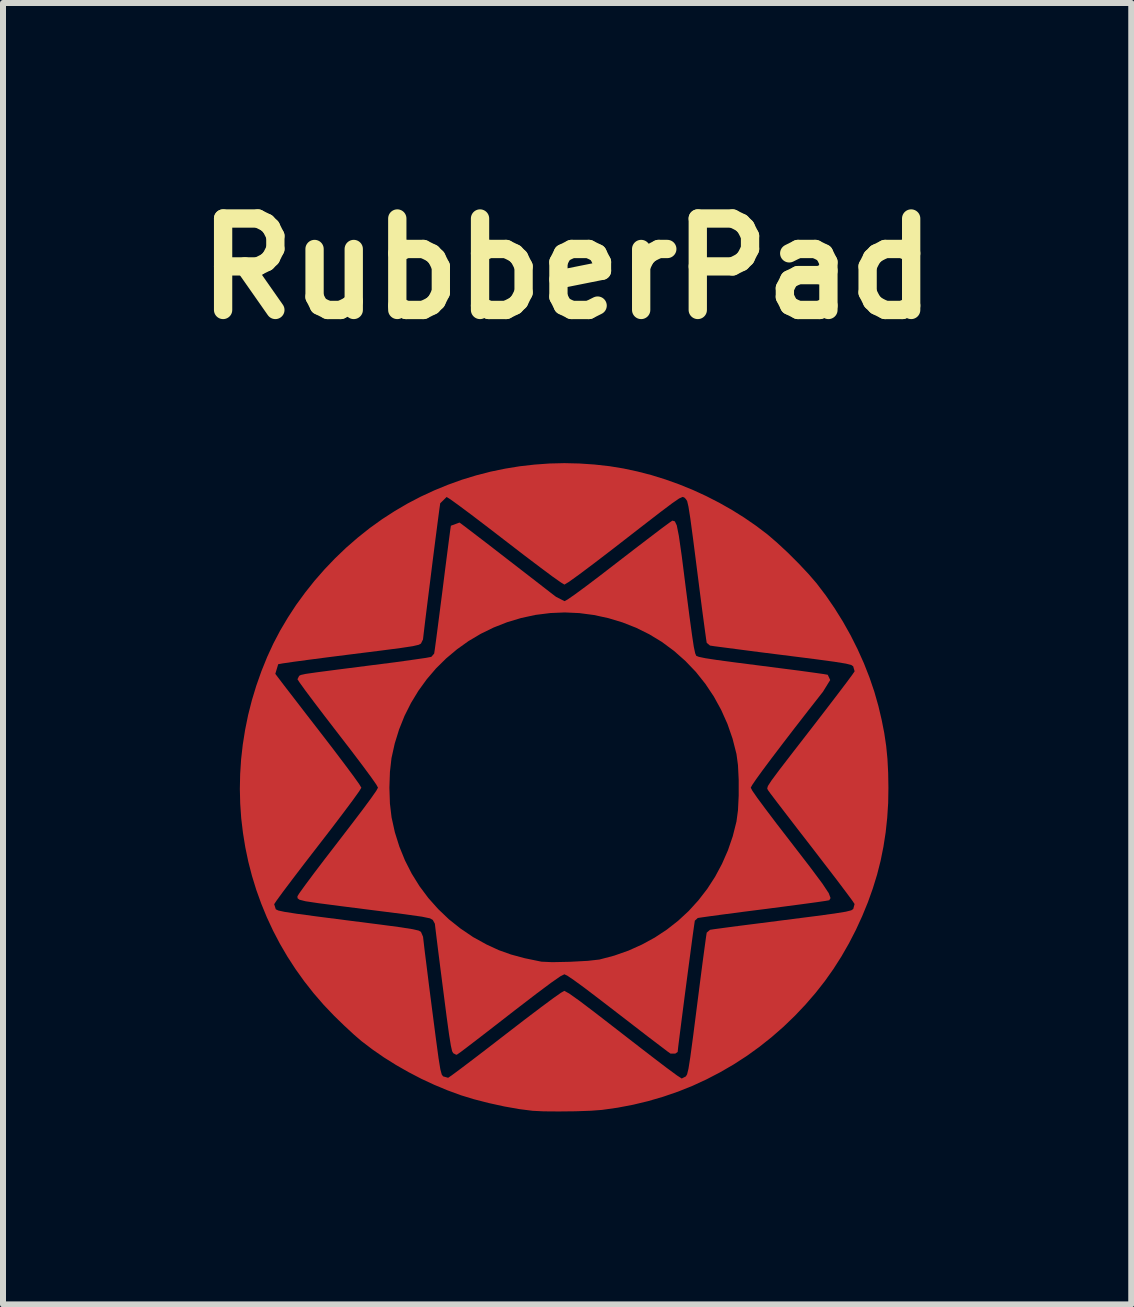
<source format=kicad_pcb>
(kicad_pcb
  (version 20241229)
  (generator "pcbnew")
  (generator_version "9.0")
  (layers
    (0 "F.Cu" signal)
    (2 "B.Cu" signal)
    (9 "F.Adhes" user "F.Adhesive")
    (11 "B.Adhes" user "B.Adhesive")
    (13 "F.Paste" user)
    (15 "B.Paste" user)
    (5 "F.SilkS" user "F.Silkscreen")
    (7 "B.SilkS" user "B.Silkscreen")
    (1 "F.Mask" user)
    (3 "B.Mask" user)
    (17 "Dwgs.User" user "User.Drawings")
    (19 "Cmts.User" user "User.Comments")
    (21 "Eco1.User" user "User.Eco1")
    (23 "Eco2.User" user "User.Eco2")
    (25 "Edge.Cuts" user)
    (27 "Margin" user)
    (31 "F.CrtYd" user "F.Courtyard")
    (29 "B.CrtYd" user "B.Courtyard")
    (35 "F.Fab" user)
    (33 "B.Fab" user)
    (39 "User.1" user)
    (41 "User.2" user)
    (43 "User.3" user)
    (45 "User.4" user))
  (footprint "RubberPad"
    (layer "F.Cu")
    (at 6.401 10.084)
    (property "Reference" "RubberPad" (at 0 -8.658 0) (layer "F.SilkS") (effects (font (size 1.524 1.524) (thickness 0.305))))
    (attr smd)
    (fp_poly (pts (xy -1.898 4.417) (xy -2.149 2.015) (xy -1.97 2.186) (xy -1.775 2.341) (xy -1.567 2.482) (xy -1.344 2.605) (xy -1.141 2.699) (xy -0.937 2.772) (xy -0.708 2.834) (xy -0.428 2.892) (xy -0.247 2.9) (xy 0.046 2.894) (xy 0.344 2.878) (xy 0.539 2.856) (xy 0.785 2.791) (xy 1.021 2.708) (xy 1.246 2.607) (xy 1.459 2.491) (xy 1.661 2.358) (xy 1.85 2.21) (xy 2.026 2.047) (xy 2.187 1.87) (xy 2.334 1.68) (xy 2.465 1.478) (xy 2.58 1.263) (xy 2.679 1.038) (xy 2.76 0.802) (xy 2.822 0.556) (xy 2.847 0.37) (xy 2.859 0.125) (xy 2.859 -0.139) (xy 2.847 -0.384) (xy 2.822 -0.569) (xy 2.757 -0.824) (xy 2.672 -1.069) (xy 2.567 -1.304) (xy 2.444 -1.528) (xy 2.303 -1.739) (xy 2.146 -1.936) (xy 1.971 -2.119) (xy 1.781 -2.287) (xy 1.575 -2.439) (xy 1.369 -2.564) (xy 1.151 -2.672) (xy 0.922 -2.762) (xy 0.687 -2.833) (xy 0.447 -2.885) (xy 0.204 -2.917) (xy -0.039 -2.928) (xy -0.279 -2.918) (xy -0.527 -2.887) (xy -0.767 -2.835) (xy -1 -2.765) (xy -1.224 -2.677) (xy -1.439 -2.572) (xy -1.643 -2.451) (xy -1.836 -2.313) (xy -2.017 -2.161) (xy -2.185 -1.995) (xy -2.339 -1.815) (xy -2.478 -1.623) (xy -2.602 -1.419) (xy -2.71 -1.204) (xy -2.8 -0.979) (xy -2.873 -0.744) (xy -2.927 -0.5) (xy -2.953 -0.271) (xy -2.962 -0.007) (xy -2.953 0.258) (xy -2.926 0.486) (xy -2.871 0.735) (xy -2.796 0.974) (xy -2.702 1.205) (xy -2.59 1.425) (xy -2.46 1.634) (xy -2.313 1.831) (xy -2.149 2.015) (xy -1.898 4.417) (xy -1.917 4.383) (xy -1.938 4.288) (xy -1.968 4.102) (xy -2.01 3.795) (xy -2.069 3.337) (xy -2.112 3.003) (xy -2.149 2.711) (xy -2.178 2.477) (xy -2.197 2.321) (xy -2.204 2.26) (xy -2.239 2.196) (xy -2.285 2.17) (xy -2.42 2.142) (xy -2.71 2.101) (xy -3.221 2.036) (xy -3.78 1.965) (xy -4.146 1.917) (xy -4.36 1.885) (xy -4.462 1.859) (xy -4.493 1.834) (xy -4.494 1.801) (xy -4.46 1.747) (xy -4.364 1.614) (xy -4.219 1.419) (xy -4.035 1.177) (xy -3.823 0.902) (xy -3.592 0.601) (xy -3.405 0.355) (xy -3.267 0.168) (xy -3.181 0.045) (xy -3.152 -0.008) (xy -3.181 -0.061) (xy -3.267 -0.184) (xy -3.405 -0.371) (xy -3.591 -0.617) (xy -3.823 -0.918) (xy -4.034 -1.192) (xy -4.218 -1.434) (xy -4.364 -1.629) (xy -4.459 -1.761) (xy -4.494 -1.815) (xy -4.466 -1.871) (xy -4.438 -1.886) (xy -4.356 -1.904) (xy -4.167 -1.931) (xy -3.815 -1.977) (xy -3.244 -2.05) (xy -2.874 -2.097) (xy -2.566 -2.14) (xy -2.352 -2.171) (xy -2.263 -2.188) (xy -2.216 -2.242) (xy -2.206 -2.306) (xy -2.185 -2.461) (xy -2.155 -2.691) (xy -2.118 -2.978) (xy -2.076 -3.303) (xy -2.035 -3.629) (xy -1.998 -3.917) (xy -1.968 -4.149) (xy -1.947 -4.307) (xy -1.937 -4.373) (xy -1.794 -4.426) (xy -1.715 -4.368) (xy -1.542 -4.236) (xy -1.298 -4.049) (xy -1.01 -3.826) (xy -0.719 -3.601) (xy -0.467 -3.406) (xy -0.28 -3.261) (xy -0.185 -3.188) (xy -0.044 -3.116) (xy 0.008 -3.144) (xy 0.128 -3.227) (xy 0.313 -3.363) (xy 0.56 -3.55) (xy 0.867 -3.787) (xy 1.141 -3.998) (xy 1.382 -4.182) (xy 1.574 -4.328) (xy 1.703 -4.423) (xy 1.754 -4.458) (xy 1.795 -4.446) (xy 1.827 -4.379) (xy 1.862 -4.203) (xy 1.91 -3.869) (xy 1.979 -3.324) (xy 2.038 -2.868) (xy 2.081 -2.553) (xy 2.111 -2.354) (xy 2.134 -2.247) (xy 2.152 -2.205) (xy 2.195 -2.188) (xy 2.304 -2.165) (xy 2.501 -2.135) (xy 2.806 -2.094) (xy 3.243 -2.038) (xy 3.578 -1.995) (xy 3.874 -1.957) (xy 4.113 -1.924) (xy 4.275 -1.901) (xy 4.343 -1.889) (xy 4.384 -1.802) (xy 4.263 -1.606) (xy 4.014 -1.288) (xy 3.785 -0.993) (xy 3.581 -0.727) (xy 3.404 -0.494) (xy 3.26 -0.301) (xy 3.152 -0.152) (xy 3.084 -0.052) (xy 3.06 -0.008) (xy 3.087 0.044) (xy 3.168 0.161) (xy 3.302 0.342) (xy 3.487 0.587) (xy 3.724 0.894) (xy 4.05 1.317) (xy 4.254 1.591) (xy 4.36 1.751) (xy 4.39 1.832) (xy 4.368 1.868) (xy 4.307 1.879) (xy 4.149 1.902) (xy 3.913 1.934) (xy 3.618 1.973) (xy 3.28 2.017) (xy 2.942 2.06) (xy 2.644 2.099) (xy 2.405 2.131) (xy 2.243 2.154) (xy 2.177 2.164) (xy 2.128 2.209) (xy 2.116 2.289) (xy 2.088 2.49) (xy 2.05 2.777) (xy 2.005 3.116) (xy 1.958 3.473) (xy 1.914 3.814) (xy 1.877 4.104) (xy 1.851 4.31) (xy 1.842 4.396) (xy 1.802 4.424) (xy 1.723 4.424) (xy 1.667 4.384) (xy 1.537 4.285) (xy 1.346 4.14) (xy 1.11 3.958) (xy 0.843 3.752) (xy 0.527 3.509) (xy 0.285 3.325) (xy 0.112 3.199) (xy 0.003 3.125) (xy -0.046 3.102) (xy -0.113 3.136) (xy -0.267 3.243) (xy -0.516 3.429) (xy -0.869 3.7) (xy -1.334 4.061) (xy -1.619 4.28) (xy -1.769 4.394) (xy -1.83 4.437) (xy -1.847 4.444) (xy -1.898 4.417)) (stroke (width 0) (type solid)) (fill yes) (layer "F.Cu"))
    (fp_poly (pts (xy -0.576 5.377) (xy -1.017 4.096) (xy -0.699 3.851) (xy -0.436 3.652) (xy -0.235 3.503) (xy -0.103 3.41) (xy -0.047 3.378) (xy 0.035 3.423) (xy 0.211 3.548) (xy 0.46 3.737) (xy 0.631 3.869) (xy 0.826 4.02) (xy 1.031 4.179) (xy 1.229 4.332) (xy 1.404 4.467) (xy 1.649 4.654) (xy 1.831 4.788) (xy 1.91 4.839) (xy 1.978 4.804) (xy 1.999 4.77) (xy 2.022 4.676) (xy 2.053 4.48) (xy 2.099 4.138) (xy 2.167 3.607) (xy 2.214 3.239) (xy 2.256 2.915) (xy 2.291 2.655) (xy 2.315 2.479) (xy 2.326 2.408) (xy 2.381 2.361) (xy 2.453 2.35) (xy 2.63 2.326) (xy 2.889 2.292) (xy 3.212 2.251) (xy 3.578 2.204) (xy 4.111 2.136) (xy 4.451 2.09) (xy 4.644 2.059) (xy 4.735 2.036) (xy 4.768 2.014) (xy 4.79 1.931) (xy 4.75 1.871) (xy 4.646 1.731) (xy 4.491 1.525) (xy 4.295 1.27) (xy 4.073 0.981) (xy 3.849 0.692) (xy 3.653 0.437) (xy 3.495 0.231) (xy 3.388 0.09) (xy 3.345 0.03) (xy 3.334 0.005) (xy 3.346 -0.036) (xy 3.405 -0.127) (xy 3.534 -0.301) (xy 3.758 -0.592) (xy 4.099 -1.032) (xy 4.314 -1.311) (xy 4.502 -1.557) (xy 4.652 -1.755) (xy 4.752 -1.89) (xy 4.791 -1.947) (xy 4.767 -2.03) (xy 4.734 -2.053) (xy 4.646 -2.075) (xy 4.455 -2.106) (xy 4.115 -2.152) (xy 3.577 -2.22) (xy 3.211 -2.266) (xy 2.889 -2.308) (xy 2.629 -2.342) (xy 2.453 -2.365) (xy 2.381 -2.376) (xy 2.326 -2.422) (xy 2.315 -2.493) (xy 2.291 -2.668) (xy 2.256 -2.928) (xy 2.214 -3.252) (xy 2.167 -3.621) (xy 2.099 -4.152) (xy 2.053 -4.494) (xy 2.022 -4.69) (xy 2 -4.784) (xy 1.978 -4.818) (xy 1.953 -4.843) (xy 1.925 -4.853) (xy 1.866 -4.827) (xy 1.75 -4.747) (xy 1.548 -4.595) (xy 1.232 -4.351) (xy 0.776 -3.997) (xy 0.463 -3.757) (xy 0.207 -3.565) (xy 0.031 -3.438) (xy -0.045 -3.392) (xy -0.103 -3.427) (xy -0.242 -3.525) (xy -0.45 -3.68) (xy -0.716 -3.881) (xy -1.029 -4.122) (xy -1.328 -4.352) (xy -1.592 -4.553) (xy -1.804 -4.711) (xy -1.948 -4.815) (xy -2.008 -4.852) (xy -2.115 -4.747) (xy -2.128 -4.657) (xy -2.156 -4.444) (xy -2.195 -4.144) (xy -2.24 -3.792) (xy -2.286 -3.423) (xy -2.33 -3.072) (xy -2.367 -2.775) (xy -2.392 -2.565) (xy -2.402 -2.478) (xy -2.436 -2.409) (xy -2.473 -2.389) (xy -2.571 -2.366) (xy -2.769 -2.336) (xy -3.105 -2.292) (xy -3.616 -2.228) (xy -3.979 -2.182) (xy -4.301 -2.14) (xy -4.561 -2.105) (xy -4.739 -2.079) (xy -4.815 -2.065) (xy -4.863 -1.905) (xy -4.818 -1.845) (xy -4.71 -1.703) (xy -4.551 -1.497) (xy -4.354 -1.241) (xy -4.131 -0.953) (xy -3.907 -0.662) (xy -3.714 -0.407) (xy -3.562 -0.203) (xy -3.464 -0.065) (xy -3.429 -0.007) (xy -3.466 0.053) (xy -3.568 0.196) (xy -3.725 0.406) (xy -3.922 0.666) (xy -4.149 0.96) (xy -4.377 1.255) (xy -4.576 1.516) (xy -4.735 1.727) (xy -4.841 1.872) (xy -4.882 1.934) (xy -4.855 2.019) (xy -4.814 2.039) (xy -4.708 2.062) (xy -4.501 2.094) (xy -4.158 2.14) (xy -3.644 2.206) (xy -3.117 2.273) (xy -2.773 2.319) (xy -2.572 2.351) (xy -2.473 2.374) (xy -2.436 2.395) (xy -2.401 2.477) (xy -2.393 2.548) (xy -2.373 2.719) (xy -2.341 2.972) (xy -2.302 3.286) (xy -2.256 3.643) (xy -2.188 4.167) (xy -2.143 4.499) (xy -2.113 4.685) (xy -2.09 4.771) (xy -2.067 4.803) (xy -1.983 4.827) (xy -1.923 4.786) (xy -1.781 4.681) (xy -1.571 4.522) (xy -1.311 4.323) (xy -1.017 4.096) (xy -1.017 4.096) (xy -0.576 5.377) (xy -0.795 5.349) (xy -1.045 5.305) (xy -1.305 5.248) (xy -1.554 5.184) (xy -1.77 5.118) (xy -1.993 5.036) (xy -2.214 4.944) (xy -2.431 4.843) (xy -2.644 4.732) (xy -2.851 4.614) (xy -3.052 4.488) (xy -3.244 4.355) (xy -3.428 4.215) (xy -3.552 4.108) (xy -3.715 3.957) (xy -3.883 3.794) (xy -4.059 3.609) (xy -4.225 3.417) (xy -4.38 3.22) (xy -4.526 3.016) (xy -4.661 2.808) (xy -4.786 2.594) (xy -4.9 2.376) (xy -5.004 2.153) (xy -5.097 1.926) (xy -5.18 1.696) (xy -5.252 1.462) (xy -5.313 1.226) (xy -5.363 0.987) (xy -5.402 0.746) (xy -5.431 0.503) (xy -5.448 0.259) (xy -5.454 0.013) (xy -5.449 -0.233) (xy -5.433 -0.48) (xy -5.405 -0.727) (xy -5.366 -0.973) (xy -5.316 -1.219) (xy -5.254 -1.463) (xy -5.18 -1.707) (xy -5.095 -1.948) (xy -4.998 -2.188) (xy -4.896 -2.409) (xy -4.781 -2.628) (xy -4.654 -2.842) (xy -4.517 -3.052) (xy -4.368 -3.256) (xy -4.21 -3.455) (xy -4.042 -3.647) (xy -3.866 -3.831) (xy -3.681 -4.008) (xy -3.489 -4.175) (xy -3.289 -4.334) (xy -3.083 -4.482) (xy -2.874 -4.617) (xy -2.659 -4.743) (xy -2.439 -4.858) (xy -2.214 -4.962) (xy -1.985 -5.056) (xy -1.752 -5.14) (xy -1.516 -5.212) (xy -1.276 -5.274) (xy -1.034 -5.324) (xy -0.789 -5.364) (xy -0.542 -5.392) (xy -0.294 -5.41) (xy -0.045 -5.416) (xy 0.206 -5.41) (xy 0.456 -5.393) (xy 0.707 -5.365) (xy 0.939 -5.327) (xy 1.172 -5.277) (xy 1.404 -5.217) (xy 1.636 -5.145) (xy 1.865 -5.063) (xy 2.092 -4.971) (xy 2.314 -4.869) (xy 2.533 -4.757) (xy 2.745 -4.637) (xy 2.951 -4.508) (xy 3.15 -4.371) (xy 3.341 -4.226) (xy 3.498 -4.091) (xy 3.678 -3.924) (xy 3.86 -3.742) (xy 4.027 -3.564) (xy 4.158 -3.412) (xy 4.313 -3.208) (xy 4.459 -2.995) (xy 4.596 -2.775) (xy 4.724 -2.547) (xy 4.84 -2.316) (xy 4.946 -2.08) (xy 5.039 -1.843) (xy 5.12 -1.605) (xy 5.187 -1.369) (xy 5.242 -1.136) (xy 5.285 -0.917) (xy 5.317 -0.702) (xy 5.338 -0.485) (xy 5.35 -0.256) (xy 5.354 -0.007) (xy 5.35 0.247) (xy 5.334 0.495) (xy 5.308 0.738) (xy 5.271 0.976) (xy 5.224 1.21) (xy 5.165 1.442) (xy 5.094 1.672) (xy 5.012 1.902) (xy 4.918 2.131) (xy 4.812 2.362) (xy 4.696 2.587) (xy 4.571 2.805) (xy 4.437 3.015) (xy 4.293 3.218) (xy 4.138 3.415) (xy 3.973 3.606) (xy 3.796 3.793) (xy 3.605 3.977) (xy 3.407 4.15) (xy 3.203 4.312) (xy 2.992 4.464) (xy 2.774 4.605) (xy 2.55 4.735) (xy 2.321 4.854) (xy 2.087 4.962) (xy 1.847 5.058) (xy 1.602 5.142) (xy 1.353 5.215) (xy 1.099 5.276) (xy 0.842 5.325) (xy 0.581 5.362) (xy 0.395 5.376) (xy 0.139 5.385) (xy -0.138 5.388) (xy -0.392 5.386) (xy -0.576 5.377)) (stroke (width 0) (type solid)) (fill yes) (layer "F.Cu"))
    (fp_poly (pts (xy -0.444 5.586) (xy -0.696 5.563) (xy -0.945 5.529) (xy -1.191 5.483) (xy -1.435 5.427) (xy -1.675 5.359) (xy -1.911 5.282) (xy -2.143 5.193) (xy -2.371 5.095) (xy -2.594 4.987) (xy -2.813 4.869) (xy -3.025 4.742) (xy -3.232 4.605) (xy -3.433 4.46) (xy -3.627 4.305) (xy -3.814 4.143) (xy -3.995 3.972) (xy -4.167 3.793) (xy -4.332 3.606) (xy -4.489 3.411) (xy -4.638 3.209) (xy -4.777 3) (xy -4.907 2.784) (xy -5.028 2.561) (xy -5.14 2.333) (xy -5.239 2.108) (xy -5.326 1.886) (xy -5.402 1.662) (xy -5.468 1.434) (xy -5.524 1.198) (xy -5.572 0.953) (xy -5.612 0.694) (xy -5.634 0.482) (xy -5.646 0.233) (xy -5.648 -0.036) (xy -5.642 -0.306) (xy -5.627 -0.559) (xy -5.603 -0.777) (xy -5.56 -1.033) (xy -5.508 -1.283) (xy -5.446 -1.527) (xy -5.374 -1.766) (xy -5.292 -1.999) (xy -5.199 -2.228) (xy -5.096 -2.453) (xy -4.982 -2.674) (xy -4.857 -2.891) (xy -4.721 -3.106) (xy -4.58 -3.309) (xy -4.431 -3.505) (xy -4.273 -3.694) (xy -4.108 -3.875) (xy -3.935 -4.048) (xy -3.755 -4.214) (xy -3.569 -4.372) (xy -3.375 -4.521) (xy -3.176 -4.661) (xy -2.971 -4.793) (xy -2.761 -4.916) (xy -2.545 -5.029) (xy -2.324 -5.133) (xy -2.099 -5.227) (xy -1.87 -5.312) (xy -1.636 -5.386) (xy -1.399 -5.45) (xy -1.159 -5.503) (xy -0.921 -5.548) (xy -0.714 -5.578) (xy -0.515 -5.597) (xy -0.299 -5.607) (xy -0.043 -5.609) (xy 0.209 -5.605) (xy 0.451 -5.591) (xy 0.686 -5.568) (xy 0.915 -5.536) (xy 1.139 -5.493) (xy 1.362 -5.44) (xy 1.583 -5.377) (xy 1.805 -5.303) (xy 2.031 -5.217) (xy 2.262 -5.118) (xy 2.488 -5.01) (xy 2.708 -4.891) (xy 2.922 -4.763) (xy 3.13 -4.627) (xy 3.331 -4.481) (xy 3.526 -4.327) (xy 3.713 -4.165) (xy 3.893 -3.995) (xy 4.066 -3.818) (xy 4.23 -3.633) (xy 4.386 -3.441) (xy 4.534 -3.243) (xy 4.672 -3.038) (xy 4.802 -2.827) (xy 4.922 -2.611) (xy 5.033 -2.388) (xy 5.133 -2.161) (xy 5.223 -1.929) (xy 5.305 -1.688) (xy 5.374 -1.446) (xy 5.433 -1.201) (xy 5.481 -0.955) (xy 5.517 -0.709) (xy 5.542 -0.461) (xy 5.557 -0.214) (xy 5.56 0.034) (xy 5.553 0.281) (xy 5.535 0.527) (xy 5.506 0.772) (xy 5.466 1.015) (xy 5.416 1.256) (xy 5.355 1.496) (xy 5.284 1.732) (xy 5.202 1.965) (xy 5.11 2.195) (xy 5.008 2.421) (xy 4.895 2.643) (xy 4.772 2.861) (xy 4.639 3.073) (xy 4.496 3.281) (xy 4.343 3.482) (xy 4.183 3.675) (xy 4.016 3.859) (xy 3.841 4.035) (xy 3.66 4.202) (xy 3.473 4.36) (xy 3.279 4.509) (xy 3.079 4.65) (xy 2.873 4.781) (xy 2.662 4.903) (xy 2.445 5.016) (xy 2.224 5.119) (xy 1.997 5.213) (xy 1.766 5.297) (xy 1.531 5.371) (xy 1.292 5.435) (xy 1.049 5.489) (xy 0.802 5.532) (xy 0.552 5.566) (xy 0.299 5.588) (xy 0.043 5.603) (xy -0.167 5.602) (xy -0.444 5.586) (xy -0.444 5.586)) (stroke (width 0) (type solid)) (fill yes) (layer "F.Mask")))
  (gr_rect
    (start -3 -3)
    (end 15.802 18.687)
    (stroke (width 0.1) (type default))
    (fill no)
    (layer "Edge.Cuts")))
</source>
